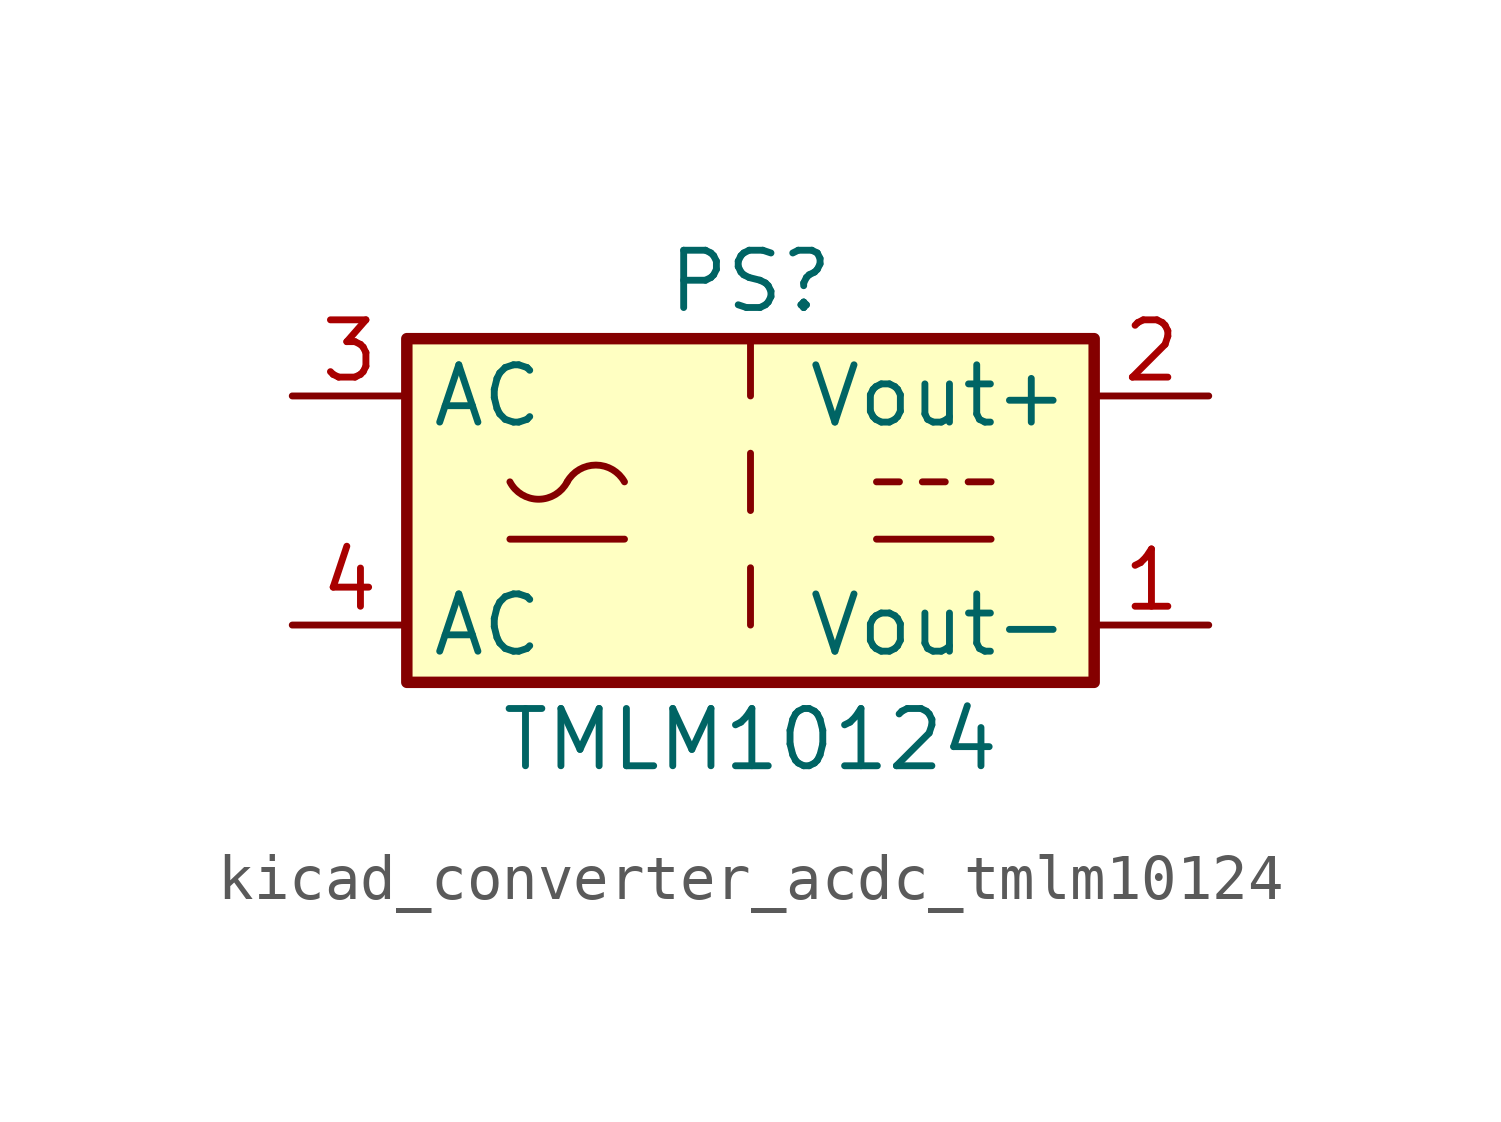
<source format=kicad_sym>
(kicad_symbol_lib
  (version 20220914)
  (generator kicad_symbol_editor)
  (symbol "kicad_converter_acdc_tmlm10124"
    (property "Reference" "PS"
      (at 0 5.08 0)
      (effects (font (size 1.27 1.27))))
    (property "Value" "TMLM10124"
      (at 0 -5.08 0)
      (effects (font (size 1.27 1.27))))
    (symbol "kicad_converter_acdc_tmlm10124_0_1"
      (rectangle (start -7.62 3.81) (end 7.62 -3.81) (stroke (width 0.254) (type default)) (fill (type background)))
      (arc (start -5.334 0.635) (mid -4.699 0.2495) (end -4.064 0.635) (stroke (width 0) (type default)) (fill (type none)))
      (arc (start -2.794 0.635) (mid -3.429 1.0072) (end -4.064 0.635) (stroke (width 0) (type default)) (fill (type none)))
      (polyline (pts (xy -5.334 -0.635) (xy -2.794 -0.635)) (stroke (width 0) (type default)) (fill (type none)))
      (polyline (pts (xy 2.794 -0.635) (xy 5.334 -0.635)) (stroke (width 0) (type default)) (fill (type none)))
      (polyline (pts (xy 2.794 0.635) (xy 3.302 0.635)) (stroke (width 0) (type default)) (fill (type none)))
      (polyline (pts (xy 3.81 0.635) (xy 4.318 0.635)) (stroke (width 0) (type default)) (fill (type none)))
      (polyline (pts (xy 4.826 0.635) (xy 5.334 0.635)) (stroke (width 0) (type default)) (fill (type none))))
    (symbol "kicad_converter_acdc_tmlm10124_1_1"
      (polyline (pts (xy 0 -1.27) (xy 0 -2.54)) (stroke (width 0) (type default)) (fill (type none)))
      (polyline (pts (xy 0 1.27) (xy 0 0)) (stroke (width 0) (type default)) (fill (type none)))
      (polyline (pts (xy 0 3.81) (xy 0 2.54)) (stroke (width 0) (type default)) (fill (type none)))
      (pin power_out line (at 10.16 -2.54 180) (length 2.54) (name "Vout-" (effects (font (size 1.27 1.27)))) (number "1" (effects (font (size 1.27 1.27)))))
      (pin power_out line (at 10.16 2.54 180) (length 2.54) (name "Vout+" (effects (font (size 1.27 1.27)))) (number "2" (effects (font (size 1.27 1.27)))))
      (pin power_in line (at -10.16 2.54 0) (length 2.54) (name "AC" (effects (font (size 1.27 1.27)))) (number "3" (effects (font (size 1.27 1.27)))))
      (pin power_in line (at -10.16 -2.54 0) (length 2.54) (name "AC" (effects (font (size 1.27 1.27)))) (number "4" (effects (font (size 1.27 1.27))))))))
</source>
